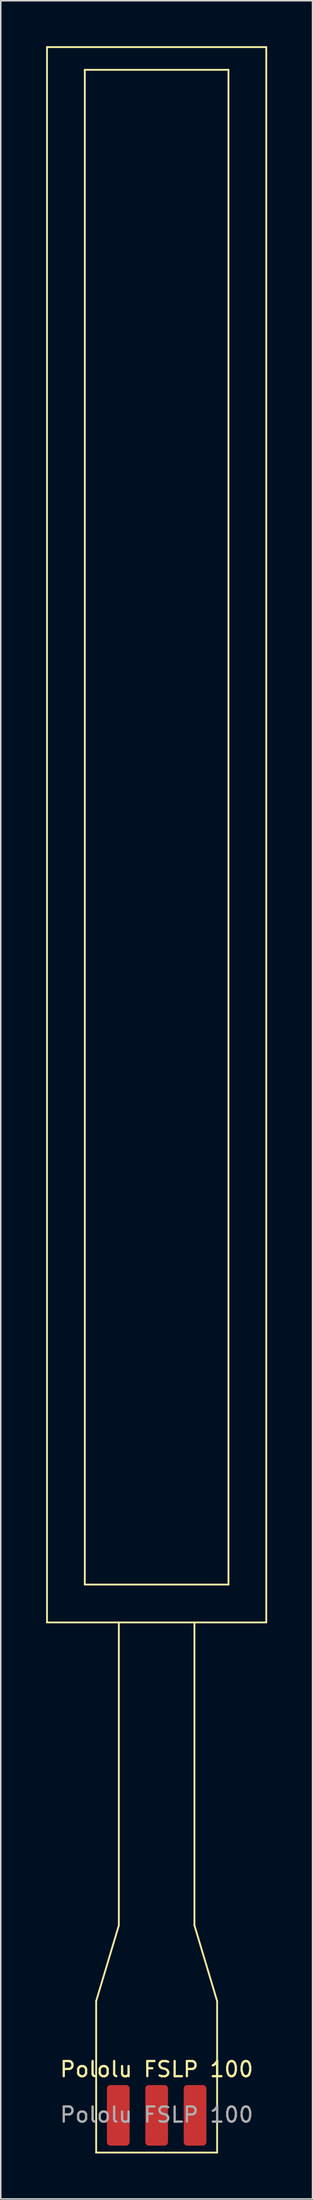
<source format=kicad_pcb>
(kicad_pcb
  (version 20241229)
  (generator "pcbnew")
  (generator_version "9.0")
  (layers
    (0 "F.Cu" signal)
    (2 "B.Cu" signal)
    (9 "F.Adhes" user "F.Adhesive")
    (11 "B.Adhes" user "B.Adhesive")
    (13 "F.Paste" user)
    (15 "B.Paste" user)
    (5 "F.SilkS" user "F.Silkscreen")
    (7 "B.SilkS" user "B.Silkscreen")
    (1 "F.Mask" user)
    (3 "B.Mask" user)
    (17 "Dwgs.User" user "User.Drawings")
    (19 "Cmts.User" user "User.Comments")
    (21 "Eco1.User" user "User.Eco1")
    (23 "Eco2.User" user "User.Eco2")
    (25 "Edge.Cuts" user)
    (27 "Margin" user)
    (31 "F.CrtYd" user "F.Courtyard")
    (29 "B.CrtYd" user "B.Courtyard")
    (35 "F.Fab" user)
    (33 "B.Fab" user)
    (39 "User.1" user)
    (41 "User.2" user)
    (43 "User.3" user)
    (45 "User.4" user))
  (footprint "Pololu FSLP 100"
    (layer "F.Cu")
    (at 7.31 134.06)
    (property "Reference" "Pololu FSLP 100" (at 0 -0.5 0) (unlocked yes) (layer "F.SilkS") (effects (font (size 1 1) (thickness 0.15))))
    (attr smd)
    (fp_line (start -7.25 -134) (end 7.25 -134) (stroke (width 0.12) (type default)) (layer "F.SilkS"))
    (fp_line (start -7.25 -30) (end -7.25 -134) (stroke (width 0.12) (type default)) (layer "F.SilkS"))
    (fp_line (start -4.75 -32.5) (end -4.75 -132.5) (stroke (width 0.12) (type default)) (layer "F.SilkS"))
    (fp_line (start -4.75 -32.5) (end 4.75 -32.5) (stroke (width 0.12) (type default)) (layer "F.SilkS"))
    (fp_line (start -4 -5) (end -2.5 -10) (stroke (width 0.12) (type default)) (layer "F.SilkS"))
    (fp_line (start -4 5) (end -4 -5) (stroke (width 0.12) (type default)) (layer "F.SilkS"))
    (fp_line (start -2.5 -10) (end -2.5 -30) (stroke (width 0.12) (type default)) (layer "F.SilkS"))
    (fp_line (start 2.5 -30) (end 2.5 -10) (stroke (width 0.12) (type default)) (layer "F.SilkS"))
    (fp_line (start 4 -5) (end 2.5 -10) (stroke (width 0.12) (type default)) (layer "F.SilkS"))
    (fp_line (start 4 5) (end -4 5) (stroke (width 0.12) (type default)) (layer "F.SilkS"))
    (fp_line (start 4 5) (end 4 -5) (stroke (width 0.12) (type default)) (layer "F.SilkS"))
    (fp_line (start 4.75 -132.5) (end -4.75 -132.5) (stroke (width 0.12) (type default)) (layer "F.SilkS"))
    (fp_line (start 4.75 -32.5) (end 4.75 -132.5) (stroke (width 0.12) (type default)) (layer "F.SilkS"))
    (fp_line (start 7.25 -134) (end 7.25 -30) (stroke (width 0.12) (type default)) (layer "F.SilkS"))
    (fp_line (start 7.25 -30) (end -7.25 -30) (stroke (width 0.12) (type default)) (layer "F.SilkS"))
    (fp_text user "${REFERENCE}" (at 0 2.5 0) (unlocked yes) (layer "F.Fab") (effects (font (size 1 1) (thickness 0.15))))
    (pad "1" smd roundrect (at 2.54 2.54 180) (size 1.5 4) (layers "F.Cu" "F.Mask" "F.Paste") (roundrect_rratio 0.15))
    (pad "2" smd roundrect (at 0 2.54 180) (size 1.5 4) (layers "F.Cu" "F.Mask" "F.Paste") (roundrect_rratio 0.15))
    (pad "3" smd roundrect (at -2.54 2.54 180) (size 1.5 4) (layers "F.Cu" "F.Mask" "F.Paste") (roundrect_rratio 0.15)))
  (gr_rect
    (start -3 -3)
    (end 17.62 142.12)
    (stroke (width 0.1) (type default))
    (fill no)
    (layer "Edge.Cuts")))
</source>
